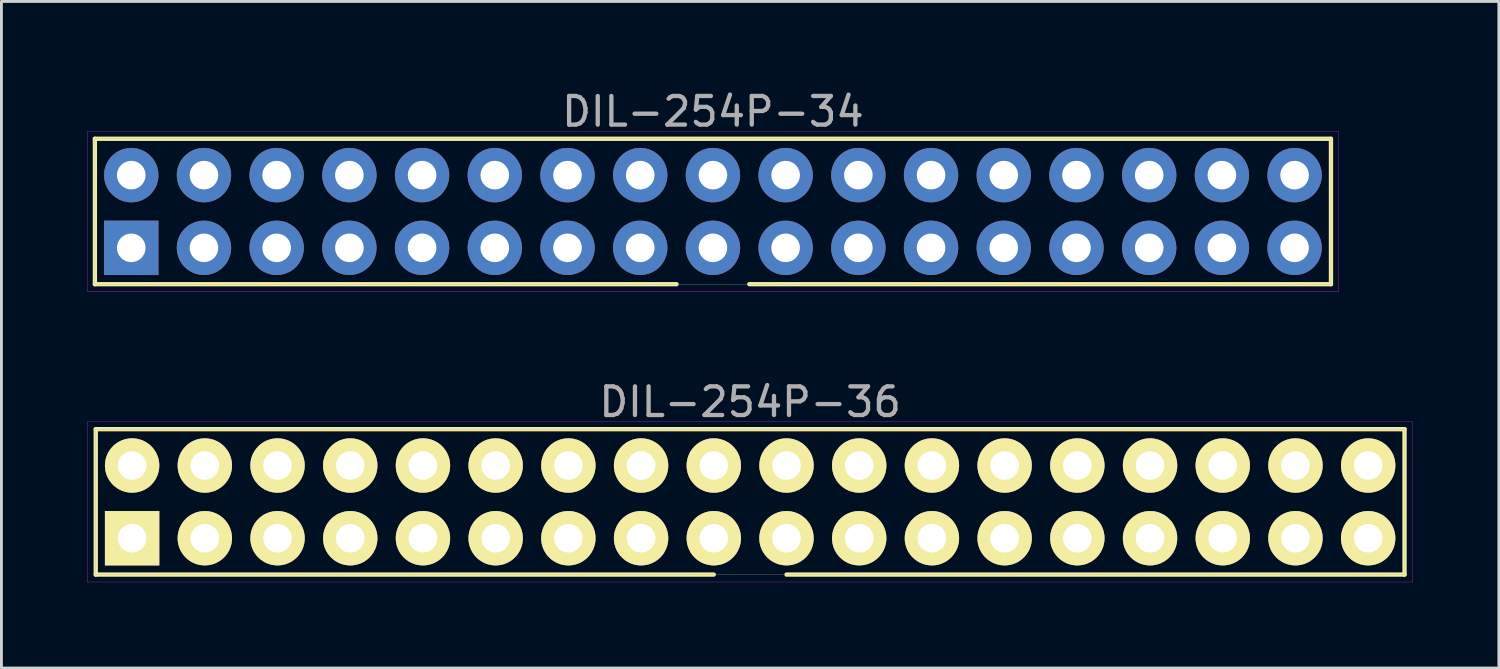
<source format=kicad_pcb>
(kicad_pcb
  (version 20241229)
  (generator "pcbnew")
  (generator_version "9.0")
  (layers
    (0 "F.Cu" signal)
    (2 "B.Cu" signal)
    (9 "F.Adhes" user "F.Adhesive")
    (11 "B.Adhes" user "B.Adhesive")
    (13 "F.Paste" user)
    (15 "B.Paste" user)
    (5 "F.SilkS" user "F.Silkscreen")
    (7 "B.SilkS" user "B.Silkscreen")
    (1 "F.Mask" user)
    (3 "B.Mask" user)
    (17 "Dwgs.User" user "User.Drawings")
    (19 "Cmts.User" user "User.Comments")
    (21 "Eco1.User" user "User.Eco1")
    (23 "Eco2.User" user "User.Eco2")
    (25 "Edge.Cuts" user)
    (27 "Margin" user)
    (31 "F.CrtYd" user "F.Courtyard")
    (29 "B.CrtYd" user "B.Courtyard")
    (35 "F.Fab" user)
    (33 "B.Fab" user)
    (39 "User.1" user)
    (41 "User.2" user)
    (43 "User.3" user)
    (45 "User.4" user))
  (footprint "DIL-254P-36"
    (layer "F.Cu")
    (at 23.155 14.482)
    (property "Reference" "DIL-254P-36" (at 0 -3.49 0) (layer "F.Fab") (effects (font (size 1 1) (thickness 0.15))))
    (attr through_hole)
    (fp_line (start -22.86 -2.54) (end 22.86 -2.54) (stroke (width 0.15) (type solid)) (layer "F.SilkS"))
    (fp_line (start -22.86 2.54) (end -22.86 -2.54) (stroke (width 0.15) (type solid)) (layer "F.SilkS"))
    (fp_line (start -1.27 2.54) (end -22.86 2.54) (stroke (width 0.15) (type solid)) (layer "F.SilkS"))
    (fp_line (start 22.86 -2.54) (end 22.86 2.54) (stroke (width 0.15) (type solid)) (layer "F.SilkS"))
    (fp_line (start 22.86 2.54) (end 1.27 2.54) (stroke (width 0.15) (type solid)) (layer "F.SilkS"))
    (fp_line (start -23.15 -2.8) (end 23.15 -2.8) (stroke (width 0.01) (type solid)) (layer "F.CrtYd"))
    (fp_line (start -23.15 2.8) (end -23.15 -2.8) (stroke (width 0.01) (type solid)) (layer "F.CrtYd"))
    (fp_line (start 23.15 -2.8) (end 23.15 2.8) (stroke (width 0.01) (type solid)) (layer "F.CrtYd"))
    (fp_line (start 23.15 2.8) (end -23.15 2.8) (stroke (width 0.01) (type solid)) (layer "F.CrtYd"))
    (fp_line (start -22.86 -2.54) (end 22.86 -2.54) (stroke (width 0.01) (type solid)) (layer "F.Fab"))
    (fp_line (start -22.86 2.54) (end -22.86 -2.54) (stroke (width 0.01) (type solid)) (layer "F.Fab"))
    (fp_line (start 22.86 -2.54) (end 22.86 2.54) (stroke (width 0.01) (type solid)) (layer "F.Fab"))
    (fp_line (start 22.86 2.54) (end -22.86 2.54) (stroke (width 0.01) (type solid)) (layer "F.Fab"))
    (pad "1" thru_hole rect (at -21.59 1.27) (size 1.9 1.9) (drill 1) (layers "*.Cu" "*.Mask" "F.SilkS"))
    (pad "2" thru_hole circle (at -21.59 -1.27) (size 1.9 1.9) (drill 1) (layers "*.Cu" "*.Mask" "F.SilkS"))
    (pad "3" thru_hole circle (at -19.05 1.27) (size 1.9 1.9) (drill 1) (layers "*.Cu" "*.Mask" "F.SilkS"))
    (pad "4" thru_hole circle (at -19.05 -1.27) (size 1.9 1.9) (drill 1) (layers "*.Cu" "*.Mask" "F.SilkS"))
    (pad "5" thru_hole circle (at -16.51 1.27) (size 1.9 1.9) (drill 1) (layers "*.Cu" "*.Mask" "F.SilkS"))
    (pad "6" thru_hole circle (at -16.51 -1.27) (size 1.9 1.9) (drill 1) (layers "*.Cu" "*.Mask" "F.SilkS"))
    (pad "7" thru_hole circle (at -13.97 1.27) (size 1.9 1.9) (drill 1) (layers "*.Cu" "*.Mask" "F.SilkS"))
    (pad "8" thru_hole circle (at -13.97 -1.27) (size 1.9 1.9) (drill 1) (layers "*.Cu" "*.Mask" "F.SilkS"))
    (pad "9" thru_hole circle (at -11.43 1.27) (size 1.9 1.9) (drill 1) (layers "*.Cu" "*.Mask" "F.SilkS"))
    (pad "10" thru_hole circle (at -11.43 -1.27) (size 1.9 1.9) (drill 1) (layers "*.Cu" "*.Mask" "F.SilkS"))
    (pad "11" thru_hole circle (at -8.89 1.27) (size 1.9 1.9) (drill 1) (layers "*.Cu" "*.Mask" "F.SilkS"))
    (pad "12" thru_hole circle (at -8.89 -1.27) (size 1.9 1.9) (drill 1) (layers "*.Cu" "*.Mask" "F.SilkS"))
    (pad "13" thru_hole circle (at -6.35 1.27) (size 1.9 1.9) (drill 1) (layers "*.Cu" "*.Mask" "F.SilkS"))
    (pad "14" thru_hole circle (at -6.35 -1.27) (size 1.9 1.9) (drill 1) (layers "*.Cu" "*.Mask" "F.SilkS"))
    (pad "15" thru_hole circle (at -3.81 1.27) (size 1.9 1.9) (drill 1) (layers "*.Cu" "*.Mask" "F.SilkS"))
    (pad "16" thru_hole circle (at -3.81 -1.27) (size 1.9 1.9) (drill 1) (layers "*.Cu" "*.Mask" "F.SilkS"))
    (pad "17" thru_hole circle (at -1.27 1.27) (size 1.9 1.9) (drill 1) (layers "*.Cu" "*.Mask" "F.SilkS"))
    (pad "18" thru_hole circle (at -1.27 -1.27) (size 1.9 1.9) (drill 1) (layers "*.Cu" "*.Mask" "F.SilkS"))
    (pad "19" thru_hole circle (at 1.27 1.27) (size 1.9 1.9) (drill 1) (layers "*.Cu" "*.Mask" "F.SilkS"))
    (pad "20" thru_hole circle (at 1.27 -1.27) (size 1.9 1.9) (drill 1) (layers "*.Cu" "*.Mask" "F.SilkS"))
    (pad "21" thru_hole circle (at 3.81 1.27) (size 1.9 1.9) (drill 1) (layers "*.Cu" "*.Mask" "F.SilkS"))
    (pad "22" thru_hole circle (at 3.81 -1.27) (size 1.9 1.9) (drill 1) (layers "*.Cu" "*.Mask" "F.SilkS"))
    (pad "23" thru_hole circle (at 6.35 1.27) (size 1.9 1.9) (drill 1) (layers "*.Cu" "*.Mask" "F.SilkS"))
    (pad "24" thru_hole circle (at 6.35 -1.27) (size 1.9 1.9) (drill 1) (layers "*.Cu" "*.Mask" "F.SilkS"))
    (pad "25" thru_hole circle (at 8.89 1.27) (size 1.9 1.9) (drill 1) (layers "*.Cu" "*.Mask" "F.SilkS"))
    (pad "26" thru_hole circle (at 8.89 -1.27) (size 1.9 1.9) (drill 1) (layers "*.Cu" "*.Mask" "F.SilkS"))
    (pad "27" thru_hole circle (at 11.43 1.27) (size 1.9 1.9) (drill 1) (layers "*.Cu" "*.Mask" "F.SilkS"))
    (pad "28" thru_hole circle (at 11.43 -1.27) (size 1.9 1.9) (drill 1) (layers "*.Cu" "*.Mask" "F.SilkS"))
    (pad "29" thru_hole circle (at 13.97 1.27) (size 1.9 1.9) (drill 1) (layers "*.Cu" "*.Mask" "F.SilkS"))
    (pad "30" thru_hole circle (at 13.97 -1.27) (size 1.9 1.9) (drill 1) (layers "*.Cu" "*.Mask" "F.SilkS"))
    (pad "31" thru_hole circle (at 16.51 1.27) (size 1.9 1.9) (drill 1) (layers "*.Cu" "*.Mask" "F.SilkS"))
    (pad "32" thru_hole circle (at 16.51 -1.27) (size 1.9 1.9) (drill 1) (layers "*.Cu" "*.Mask" "F.SilkS"))
    (pad "33" thru_hole circle (at 19.05 1.27) (size 1.9 1.9) (drill 1) (layers "*.Cu" "*.Mask" "F.SilkS"))
    (pad "34" thru_hole circle (at 19.05 -1.27) (size 1.9 1.9) (drill 1) (layers "*.Cu" "*.Mask" "F.SilkS"))
    (pad "35" thru_hole circle (at 21.59 1.27) (size 1.9 1.9) (drill 1) (layers "*.Cu" "*.Mask" "F.SilkS"))
    (pad "36" thru_hole circle (at 21.59 -1.27) (size 1.9 1.9) (drill 1) (layers "*.Cu" "*.Mask" "F.SilkS")))
  (footprint "DIL-254P-34"
    (layer "F.Cu")
    (at 21.855 4.338)
    (property "Reference" "DIL-254P-34" (at 0 -3.49 0) (layer "F.Fab") (effects (font (size 1 1) (thickness 0.15))))
    (attr through_hole)
    (fp_line (start -21.59 -2.54) (end 21.59 -2.54) (stroke (width 0.15) (type solid)) (layer "F.SilkS"))
    (fp_line (start -21.59 2.54) (end -21.59 -2.54) (stroke (width 0.15) (type solid)) (layer "F.SilkS"))
    (fp_line (start -1.27 2.54) (end -21.59 2.54) (stroke (width 0.15) (type solid)) (layer "F.SilkS"))
    (fp_line (start 21.59 -2.54) (end 21.59 2.54) (stroke (width 0.15) (type solid)) (layer "F.SilkS"))
    (fp_line (start 21.59 2.54) (end 1.27 2.54) (stroke (width 0.15) (type solid)) (layer "F.SilkS"))
    (fp_line (start -21.85 -2.8) (end 21.85 -2.8) (stroke (width 0.01) (type solid)) (layer "F.CrtYd"))
    (fp_line (start -21.85 2.8) (end -21.85 -2.8) (stroke (width 0.01) (type solid)) (layer "F.CrtYd"))
    (fp_line (start 21.85 -2.8) (end 21.85 2.8) (stroke (width 0.01) (type solid)) (layer "F.CrtYd"))
    (fp_line (start 21.85 2.8) (end -21.85 2.8) (stroke (width 0.01) (type solid)) (layer "F.CrtYd"))
    (fp_line (start -21.59 -2.54) (end 21.59 -2.54) (stroke (width 0.01) (type solid)) (layer "F.Fab"))
    (fp_line (start -21.59 2.54) (end -21.59 -2.54) (stroke (width 0.01) (type solid)) (layer "F.Fab"))
    (fp_line (start 21.59 -2.54) (end 21.59 2.54) (stroke (width 0.01) (type solid)) (layer "F.Fab"))
    (fp_line (start 21.59 2.54) (end -21.59 2.54) (stroke (width 0.01) (type solid)) (layer "F.Fab"))
    (pad "1" thru_hole rect (at -20.32 1.27) (size 1.9 1.9) (drill 1) (layers "F.Cu" "F.Mask" "F.Paste"))
    (pad "2" thru_hole circle (at -20.32 -1.27) (size 1.9 1.9) (drill 1) (layers "F.Cu" "F.Mask" "F.Paste"))
    (pad "3" thru_hole circle (at -17.78 1.27) (size 1.9 1.9) (drill 1) (layers "F.Cu" "F.Mask" "F.Paste"))
    (pad "4" thru_hole circle (at -17.78 -1.27) (size 1.9 1.9) (drill 1) (layers "F.Cu" "F.Mask" "F.Paste"))
    (pad "5" thru_hole circle (at -15.24 1.27) (size 1.9 1.9) (drill 1) (layers "F.Cu" "F.Mask" "F.Paste"))
    (pad "6" thru_hole circle (at -15.24 -1.27) (size 1.9 1.9) (drill 1) (layers "F.Cu" "F.Mask" "F.Paste"))
    (pad "7" thru_hole circle (at -12.7 1.27) (size 1.9 1.9) (drill 1) (layers "F.Cu" "F.Mask" "F.Paste"))
    (pad "8" thru_hole circle (at -12.7 -1.27) (size 1.9 1.9) (drill 1) (layers "F.Cu" "F.Mask" "F.Paste"))
    (pad "9" thru_hole circle (at -10.16 1.27) (size 1.9 1.9) (drill 1) (layers "F.Cu" "F.Mask" "F.Paste"))
    (pad "10" thru_hole circle (at -10.16 -1.27) (size 1.9 1.9) (drill 1) (layers "F.Cu" "F.Mask" "F.Paste"))
    (pad "11" thru_hole circle (at -7.62 1.27) (size 1.9 1.9) (drill 1) (layers "F.Cu" "F.Mask" "F.Paste"))
    (pad "12" thru_hole circle (at -7.62 -1.27) (size 1.9 1.9) (drill 1) (layers "F.Cu" "F.Mask" "F.Paste"))
    (pad "13" thru_hole circle (at -5.08 1.27) (size 1.9 1.9) (drill 1) (layers "F.Cu" "F.Mask" "F.Paste"))
    (pad "14" thru_hole circle (at -5.08 -1.27) (size 1.9 1.9) (drill 1) (layers "F.Cu" "F.Mask" "F.Paste"))
    (pad "15" thru_hole circle (at -2.54 1.27) (size 1.9 1.9) (drill 1) (layers "F.Cu" "F.Mask" "F.Paste"))
    (pad "16" thru_hole circle (at -2.54 -1.27) (size 1.9 1.9) (drill 1) (layers "F.Cu" "F.Mask" "F.Paste"))
    (pad "17" thru_hole circle (at 0 1.27) (size 1.9 1.9) (drill 1) (layers "F.Cu" "F.Mask" "F.Paste"))
    (pad "18" thru_hole circle (at 0 -1.27) (size 1.9 1.9) (drill 1) (layers "F.Cu" "F.Mask" "F.Paste"))
    (pad "19" thru_hole circle (at 2.54 1.27) (size 1.9 1.9) (drill 1) (layers "F.Cu" "F.Mask" "F.Paste"))
    (pad "20" thru_hole circle (at 2.54 -1.27) (size 1.9 1.9) (drill 1) (layers "F.Cu" "F.Mask" "F.Paste"))
    (pad "21" thru_hole circle (at 5.08 1.27) (size 1.9 1.9) (drill 1) (layers "F.Cu" "F.Mask" "F.Paste"))
    (pad "22" thru_hole circle (at 5.08 -1.27) (size 1.9 1.9) (drill 1) (layers "F.Cu" "F.Mask" "F.Paste"))
    (pad "23" thru_hole circle (at 7.62 1.27) (size 1.9 1.9) (drill 1) (layers "F.Cu" "F.Mask" "F.Paste"))
    (pad "24" thru_hole circle (at 7.62 -1.27) (size 1.9 1.9) (drill 1) (layers "F.Cu" "F.Mask" "F.Paste"))
    (pad "25" thru_hole circle (at 10.16 1.27) (size 1.9 1.9) (drill 1) (layers "F.Cu" "F.Mask" "F.Paste"))
    (pad "26" thru_hole circle (at 10.16 -1.27) (size 1.9 1.9) (drill 1) (layers "F.Cu" "F.Mask" "F.Paste"))
    (pad "27" thru_hole circle (at 12.7 1.27) (size 1.9 1.9) (drill 1) (layers "F.Cu" "F.Mask" "F.Paste"))
    (pad "28" thru_hole circle (at 12.7 -1.27) (size 1.9 1.9) (drill 1) (layers "F.Cu" "F.Mask" "F.Paste"))
    (pad "29" thru_hole circle (at 15.24 1.27) (size 1.9 1.9) (drill 1) (layers "F.Cu" "F.Mask" "F.Paste"))
    (pad "30" thru_hole circle (at 15.24 -1.27) (size 1.9 1.9) (drill 1) (layers "F.Cu" "F.Mask" "F.Paste"))
    (pad "31" thru_hole circle (at 17.78 1.27) (size 1.9 1.9) (drill 1) (layers "F.Cu" "F.Mask" "F.Paste"))
    (pad "32" thru_hole circle (at 17.78 -1.27) (size 1.9 1.9) (drill 1) (layers "F.Cu" "F.Mask" "F.Paste"))
    (pad "33" thru_hole circle (at 20.32 1.27) (size 1.9 1.9) (drill 1) (layers "F.Cu" "F.Mask" "F.Paste"))
    (pad "34" thru_hole circle (at 20.32 -1.27) (size 1.9 1.9) (drill 1) (layers "F.Cu" "F.Mask" "F.Paste")))
  (gr_rect
    (start -3 -3)
    (end 49.31 20.287)
    (stroke (width 0.1) (type default))
    (fill no)
    (layer "Edge.Cuts")))
</source>
